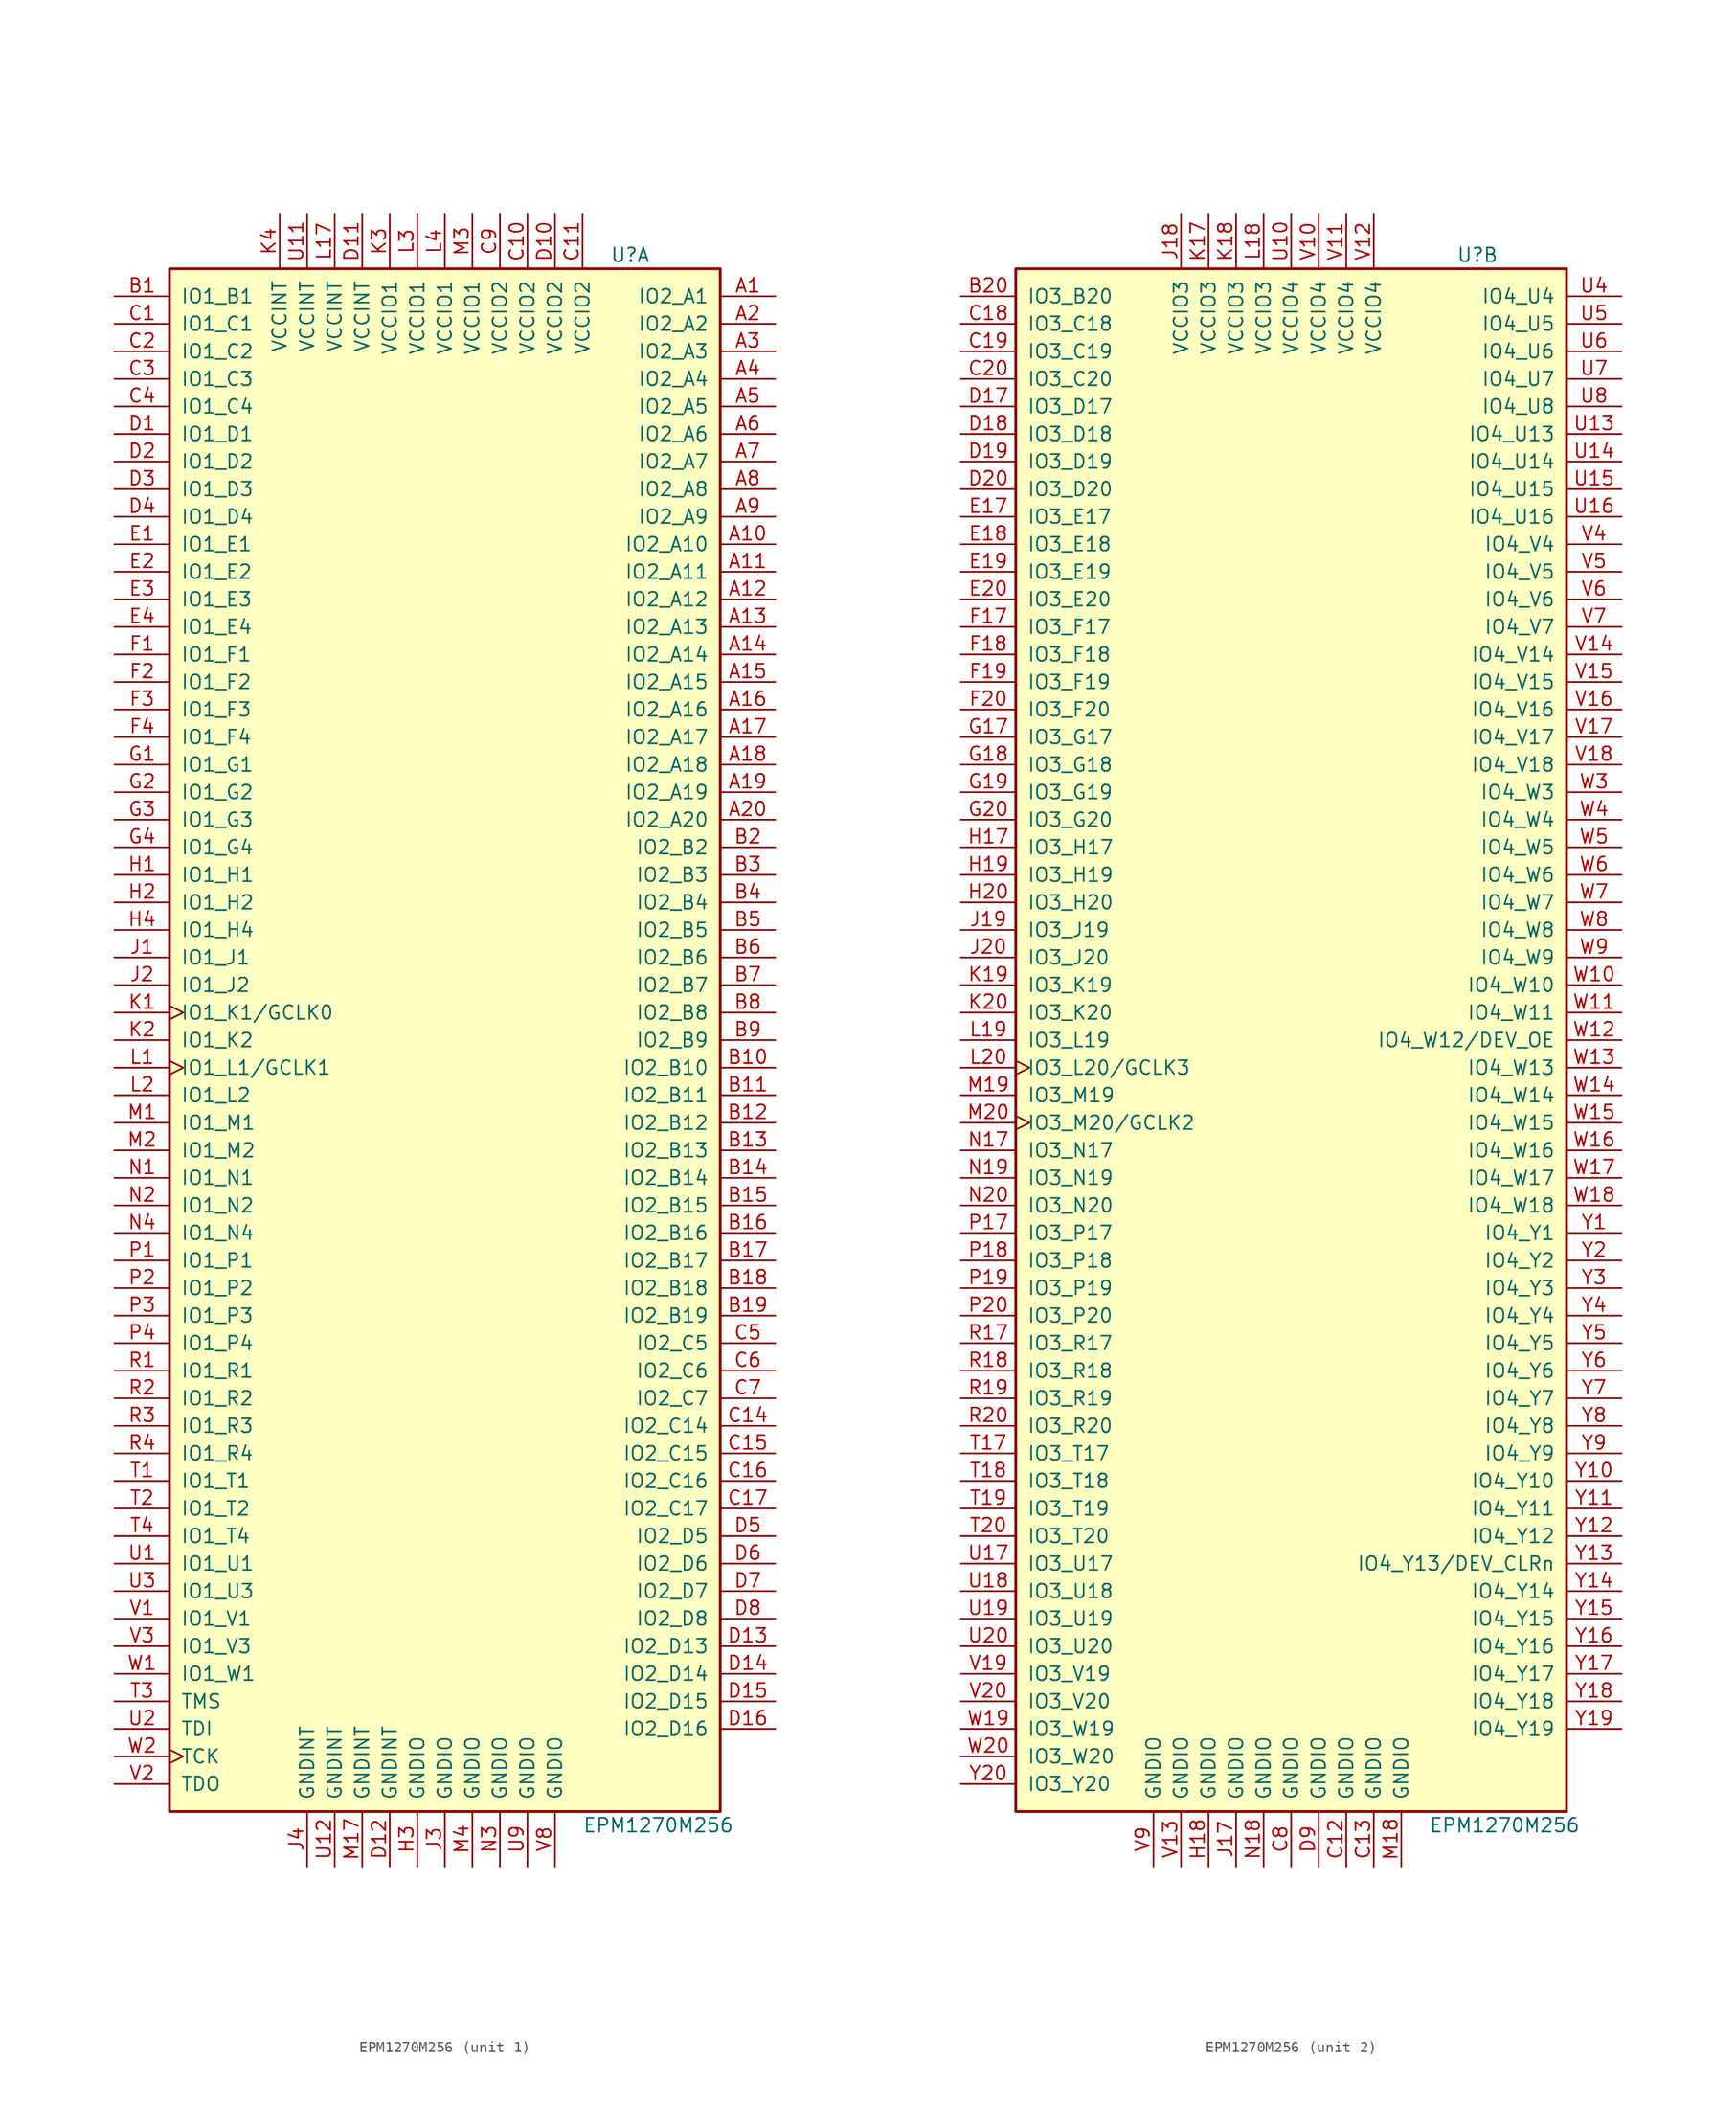
<source format=kicad_sym>
(kicad_symbol_lib
  (version 20201005)
  (generator kicad_symbol_editor)
  (symbol "EPM1270M256"
    (pin_names
      (offset 1.016))
    (property "Reference" "U"
      (at 15.24 72.39 0)
      (effects (font (size 1.27 1.27)) (justify left)))
    (property "Value" "EPM1270M256"
      (at 12.7 -72.39 0)
      (effects (font (size 1.27 1.27)) (justify left)))
    (property "ki_locked" ""
      (at 0 0 0)
      (effects (font (size 1.27 1.27))))
    (symbol "EPM1270M256_1_1"
      (rectangle (start -25.4 71.12) (end 25.4 -71.12) (stroke (width 0.254)) (fill (type background)))
      (pin bidirectional line (at 30.48 68.58 180) (length 5.08) (name "IO2_A1" (effects (font (size 1.27 1.27)))) (number "A1" (effects (font (size 1.27 1.27)))))
      (pin bidirectional line (at 30.48 66.04 180) (length 5.08) (name "IO2_A2" (effects (font (size 1.27 1.27)))) (number "A2" (effects (font (size 1.27 1.27)))))
      (pin bidirectional line (at 30.48 63.5 180) (length 5.08) (name "IO2_A3" (effects (font (size 1.27 1.27)))) (number "A3" (effects (font (size 1.27 1.27)))))
      (pin bidirectional line (at 30.48 60.96 180) (length 5.08) (name "IO2_A4" (effects (font (size 1.27 1.27)))) (number "A4" (effects (font (size 1.27 1.27)))))
      (pin bidirectional line (at 30.48 58.42 180) (length 5.08) (name "IO2_A5" (effects (font (size 1.27 1.27)))) (number "A5" (effects (font (size 1.27 1.27)))))
      (pin bidirectional line (at 30.48 55.88 180) (length 5.08) (name "IO2_A6" (effects (font (size 1.27 1.27)))) (number "A6" (effects (font (size 1.27 1.27)))))
      (pin bidirectional line (at 30.48 53.34 180) (length 5.08) (name "IO2_A7" (effects (font (size 1.27 1.27)))) (number "A7" (effects (font (size 1.27 1.27)))))
      (pin bidirectional line (at 30.48 50.8 180) (length 5.08) (name "IO2_A8" (effects (font (size 1.27 1.27)))) (number "A8" (effects (font (size 1.27 1.27)))))
      (pin bidirectional line (at 30.48 48.26 180) (length 5.08) (name "IO2_A9" (effects (font (size 1.27 1.27)))) (number "A9" (effects (font (size 1.27 1.27)))))
      (pin bidirectional line (at 30.48 45.72 180) (length 5.08) (name "IO2_A10" (effects (font (size 1.27 1.27)))) (number "A10" (effects (font (size 1.27 1.27)))))
      (pin bidirectional line (at 30.48 43.18 180) (length 5.08) (name "IO2_A11" (effects (font (size 1.27 1.27)))) (number "A11" (effects (font (size 1.27 1.27)))))
      (pin bidirectional line (at 30.48 40.64 180) (length 5.08) (name "IO2_A12" (effects (font (size 1.27 1.27)))) (number "A12" (effects (font (size 1.27 1.27)))))
      (pin bidirectional line (at 30.48 38.1 180) (length 5.08) (name "IO2_A13" (effects (font (size 1.27 1.27)))) (number "A13" (effects (font (size 1.27 1.27)))))
      (pin bidirectional line (at 30.48 35.56 180) (length 5.08) (name "IO2_A14" (effects (font (size 1.27 1.27)))) (number "A14" (effects (font (size 1.27 1.27)))))
      (pin bidirectional line (at 30.48 33.02 180) (length 5.08) (name "IO2_A15" (effects (font (size 1.27 1.27)))) (number "A15" (effects (font (size 1.27 1.27)))))
      (pin bidirectional line (at 30.48 30.48 180) (length 5.08) (name "IO2_A16" (effects (font (size 1.27 1.27)))) (number "A16" (effects (font (size 1.27 1.27)))))
      (pin bidirectional line (at 30.48 27.94 180) (length 5.08) (name "IO2_A17" (effects (font (size 1.27 1.27)))) (number "A17" (effects (font (size 1.27 1.27)))))
      (pin bidirectional line (at 30.48 25.4 180) (length 5.08) (name "IO2_A18" (effects (font (size 1.27 1.27)))) (number "A18" (effects (font (size 1.27 1.27)))))
      (pin bidirectional line (at 30.48 22.86 180) (length 5.08) (name "IO2_A19" (effects (font (size 1.27 1.27)))) (number "A19" (effects (font (size 1.27 1.27)))))
      (pin bidirectional line (at 30.48 20.32 180) (length 5.08) (name "IO2_A20" (effects (font (size 1.27 1.27)))) (number "A20" (effects (font (size 1.27 1.27)))))
      (pin bidirectional line (at -30.48 68.58 0) (length 5.08) (name "IO1_B1" (effects (font (size 1.27 1.27)))) (number "B1" (effects (font (size 1.27 1.27)))))
      (pin bidirectional line (at 30.48 17.78 180) (length 5.08) (name "IO2_B2" (effects (font (size 1.27 1.27)))) (number "B2" (effects (font (size 1.27 1.27)))))
      (pin bidirectional line (at 30.48 15.24 180) (length 5.08) (name "IO2_B3" (effects (font (size 1.27 1.27)))) (number "B3" (effects (font (size 1.27 1.27)))))
      (pin bidirectional line (at 30.48 12.7 180) (length 5.08) (name "IO2_B4" (effects (font (size 1.27 1.27)))) (number "B4" (effects (font (size 1.27 1.27)))))
      (pin bidirectional line (at 30.48 10.16 180) (length 5.08) (name "IO2_B5" (effects (font (size 1.27 1.27)))) (number "B5" (effects (font (size 1.27 1.27)))))
      (pin bidirectional line (at 30.48 7.62 180) (length 5.08) (name "IO2_B6" (effects (font (size 1.27 1.27)))) (number "B6" (effects (font (size 1.27 1.27)))))
      (pin bidirectional line (at 30.48 5.08 180) (length 5.08) (name "IO2_B7" (effects (font (size 1.27 1.27)))) (number "B7" (effects (font (size 1.27 1.27)))))
      (pin bidirectional line (at 30.48 2.54 180) (length 5.08) (name "IO2_B8" (effects (font (size 1.27 1.27)))) (number "B8" (effects (font (size 1.27 1.27)))))
      (pin bidirectional line (at 30.48 0 180) (length 5.08) (name "IO2_B9" (effects (font (size 1.27 1.27)))) (number "B9" (effects (font (size 1.27 1.27)))))
      (pin bidirectional line (at 30.48 -2.54 180) (length 5.08) (name "IO2_B10" (effects (font (size 1.27 1.27)))) (number "B10" (effects (font (size 1.27 1.27)))))
      (pin bidirectional line (at 30.48 -5.08 180) (length 5.08) (name "IO2_B11" (effects (font (size 1.27 1.27)))) (number "B11" (effects (font (size 1.27 1.27)))))
      (pin bidirectional line (at 30.48 -7.62 180) (length 5.08) (name "IO2_B12" (effects (font (size 1.27 1.27)))) (number "B12" (effects (font (size 1.27 1.27)))))
      (pin bidirectional line (at 30.48 -10.16 180) (length 5.08) (name "IO2_B13" (effects (font (size 1.27 1.27)))) (number "B13" (effects (font (size 1.27 1.27)))))
      (pin bidirectional line (at 30.48 -12.7 180) (length 5.08) (name "IO2_B14" (effects (font (size 1.27 1.27)))) (number "B14" (effects (font (size 1.27 1.27)))))
      (pin bidirectional line (at 30.48 -15.24 180) (length 5.08) (name "IO2_B15" (effects (font (size 1.27 1.27)))) (number "B15" (effects (font (size 1.27 1.27)))))
      (pin bidirectional line (at 30.48 -17.78 180) (length 5.08) (name "IO2_B16" (effects (font (size 1.27 1.27)))) (number "B16" (effects (font (size 1.27 1.27)))))
      (pin bidirectional line (at 30.48 -20.32 180) (length 5.08) (name "IO2_B17" (effects (font (size 1.27 1.27)))) (number "B17" (effects (font (size 1.27 1.27)))))
      (pin bidirectional line (at 30.48 -22.86 180) (length 5.08) (name "IO2_B18" (effects (font (size 1.27 1.27)))) (number "B18" (effects (font (size 1.27 1.27)))))
      (pin bidirectional line (at 30.48 -25.4 180) (length 5.08) (name "IO2_B19" (effects (font (size 1.27 1.27)))) (number "B19" (effects (font (size 1.27 1.27)))))
      (pin bidirectional line (at -30.48 66.04 0) (length 5.08) (name "IO1_C1" (effects (font (size 1.27 1.27)))) (number "C1" (effects (font (size 1.27 1.27)))))
      (pin bidirectional line (at -30.48 63.5 0) (length 5.08) (name "IO1_C2" (effects (font (size 1.27 1.27)))) (number "C2" (effects (font (size 1.27 1.27)))))
      (pin bidirectional line (at -30.48 60.96 0) (length 5.08) (name "IO1_C3" (effects (font (size 1.27 1.27)))) (number "C3" (effects (font (size 1.27 1.27)))))
      (pin bidirectional line (at -30.48 58.42 0) (length 5.08) (name "IO1_C4" (effects (font (size 1.27 1.27)))) (number "C4" (effects (font (size 1.27 1.27)))))
      (pin bidirectional line (at 30.48 -27.94 180) (length 5.08) (name "IO2_C5" (effects (font (size 1.27 1.27)))) (number "C5" (effects (font (size 1.27 1.27)))))
      (pin bidirectional line (at 30.48 -30.48 180) (length 5.08) (name "IO2_C6" (effects (font (size 1.27 1.27)))) (number "C6" (effects (font (size 1.27 1.27)))))
      (pin bidirectional line (at 30.48 -33.02 180) (length 5.08) (name "IO2_C7" (effects (font (size 1.27 1.27)))) (number "C7" (effects (font (size 1.27 1.27)))))
      (pin bidirectional line (at 30.48 -35.56 180) (length 5.08) (name "IO2_C14" (effects (font (size 1.27 1.27)))) (number "C14" (effects (font (size 1.27 1.27)))))
      (pin bidirectional line (at 30.48 -38.1 180) (length 5.08) (name "IO2_C15" (effects (font (size 1.27 1.27)))) (number "C15" (effects (font (size 1.27 1.27)))))
      (pin bidirectional line (at 30.48 -40.64 180) (length 5.08) (name "IO2_C16" (effects (font (size 1.27 1.27)))) (number "C16" (effects (font (size 1.27 1.27)))))
      (pin bidirectional line (at 30.48 -43.18 180) (length 5.08) (name "IO2_C17" (effects (font (size 1.27 1.27)))) (number "C17" (effects (font (size 1.27 1.27)))))
      (pin bidirectional line (at -30.48 55.88 0) (length 5.08) (name "IO1_D1" (effects (font (size 1.27 1.27)))) (number "D1" (effects (font (size 1.27 1.27)))))
      (pin bidirectional line (at -30.48 53.34 0) (length 5.08) (name "IO1_D2" (effects (font (size 1.27 1.27)))) (number "D2" (effects (font (size 1.27 1.27)))))
      (pin bidirectional line (at -30.48 50.8 0) (length 5.08) (name "IO1_D3" (effects (font (size 1.27 1.27)))) (number "D3" (effects (font (size 1.27 1.27)))))
      (pin bidirectional line (at -30.48 48.26 0) (length 5.08) (name "IO1_D4" (effects (font (size 1.27 1.27)))) (number "D4" (effects (font (size 1.27 1.27)))))
      (pin bidirectional line (at 30.48 -45.72 180) (length 5.08) (name "IO2_D5" (effects (font (size 1.27 1.27)))) (number "D5" (effects (font (size 1.27 1.27)))))
      (pin bidirectional line (at 30.48 -48.26 180) (length 5.08) (name "IO2_D6" (effects (font (size 1.27 1.27)))) (number "D6" (effects (font (size 1.27 1.27)))))
      (pin bidirectional line (at 30.48 -50.8 180) (length 5.08) (name "IO2_D7" (effects (font (size 1.27 1.27)))) (number "D7" (effects (font (size 1.27 1.27)))))
      (pin bidirectional line (at 30.48 -53.34 180) (length 5.08) (name "IO2_D8" (effects (font (size 1.27 1.27)))) (number "D8" (effects (font (size 1.27 1.27)))))
      (pin bidirectional line (at 30.48 -55.88 180) (length 5.08) (name "IO2_D13" (effects (font (size 1.27 1.27)))) (number "D13" (effects (font (size 1.27 1.27)))))
      (pin bidirectional line (at 30.48 -58.42 180) (length 5.08) (name "IO2_D14" (effects (font (size 1.27 1.27)))) (number "D14" (effects (font (size 1.27 1.27)))))
      (pin bidirectional line (at 30.48 -60.96 180) (length 5.08) (name "IO2_D15" (effects (font (size 1.27 1.27)))) (number "D15" (effects (font (size 1.27 1.27)))))
      (pin bidirectional line (at 30.48 -63.5 180) (length 5.08) (name "IO2_D16" (effects (font (size 1.27 1.27)))) (number "D16" (effects (font (size 1.27 1.27)))))
      (pin bidirectional line (at -30.48 45.72 0) (length 5.08) (name "IO1_E1" (effects (font (size 1.27 1.27)))) (number "E1" (effects (font (size 1.27 1.27)))))
      (pin bidirectional line (at -30.48 43.18 0) (length 5.08) (name "IO1_E2" (effects (font (size 1.27 1.27)))) (number "E2" (effects (font (size 1.27 1.27)))))
      (pin bidirectional line (at -30.48 40.64 0) (length 5.08) (name "IO1_E3" (effects (font (size 1.27 1.27)))) (number "E3" (effects (font (size 1.27 1.27)))))
      (pin bidirectional line (at -30.48 38.1 0) (length 5.08) (name "IO1_E4" (effects (font (size 1.27 1.27)))) (number "E4" (effects (font (size 1.27 1.27)))))
      (pin bidirectional line (at -30.48 35.56 0) (length 5.08) (name "IO1_F1" (effects (font (size 1.27 1.27)))) (number "F1" (effects (font (size 1.27 1.27)))))
      (pin bidirectional line (at -30.48 33.02 0) (length 5.08) (name "IO1_F2" (effects (font (size 1.27 1.27)))) (number "F2" (effects (font (size 1.27 1.27)))))
      (pin bidirectional line (at -30.48 30.48 0) (length 5.08) (name "IO1_F3" (effects (font (size 1.27 1.27)))) (number "F3" (effects (font (size 1.27 1.27)))))
      (pin bidirectional line (at -30.48 27.94 0) (length 5.08) (name "IO1_F4" (effects (font (size 1.27 1.27)))) (number "F4" (effects (font (size 1.27 1.27)))))
      (pin bidirectional line (at -30.48 25.4 0) (length 5.08) (name "IO1_G1" (effects (font (size 1.27 1.27)))) (number "G1" (effects (font (size 1.27 1.27)))))
      (pin bidirectional line (at -30.48 22.86 0) (length 5.08) (name "IO1_G2" (effects (font (size 1.27 1.27)))) (number "G2" (effects (font (size 1.27 1.27)))))
      (pin bidirectional line (at -30.48 20.32 0) (length 5.08) (name "IO1_G3" (effects (font (size 1.27 1.27)))) (number "G3" (effects (font (size 1.27 1.27)))))
      (pin bidirectional line (at -30.48 17.78 0) (length 5.08) (name "IO1_G4" (effects (font (size 1.27 1.27)))) (number "G4" (effects (font (size 1.27 1.27)))))
      (pin bidirectional line (at -30.48 15.24 0) (length 5.08) (name "IO1_H1" (effects (font (size 1.27 1.27)))) (number "H1" (effects (font (size 1.27 1.27)))))
      (pin bidirectional line (at -30.48 12.7 0) (length 5.08) (name "IO1_H2" (effects (font (size 1.27 1.27)))) (number "H2" (effects (font (size 1.27 1.27)))))
      (pin bidirectional line (at -30.48 10.16 0) (length 5.08) (name "IO1_H4" (effects (font (size 1.27 1.27)))) (number "H4" (effects (font (size 1.27 1.27)))))
      (pin bidirectional line (at -30.48 7.62 0) (length 5.08) (name "IO1_J1" (effects (font (size 1.27 1.27)))) (number "J1" (effects (font (size 1.27 1.27)))))
      (pin bidirectional line (at -30.48 5.08 0) (length 5.08) (name "IO1_J2" (effects (font (size 1.27 1.27)))) (number "J2" (effects (font (size 1.27 1.27)))))
      (pin bidirectional clock (at -30.48 2.54 0) (length 5.08) (name "IO1_K1/GCLK0" (effects (font (size 1.27 1.27)))) (number "K1" (effects (font (size 1.27 1.27)))))
      (pin bidirectional line (at -30.48 0 0) (length 5.08) (name "IO1_K2" (effects (font (size 1.27 1.27)))) (number "K2" (effects (font (size 1.27 1.27)))))
      (pin bidirectional clock (at -30.48 -2.54 0) (length 5.08) (name "IO1_L1/GCLK1" (effects (font (size 1.27 1.27)))) (number "L1" (effects (font (size 1.27 1.27)))))
      (pin bidirectional line (at -30.48 -5.08 0) (length 5.08) (name "IO1_L2" (effects (font (size 1.27 1.27)))) (number "L2" (effects (font (size 1.27 1.27)))))
      (pin bidirectional line (at -30.48 -7.62 0) (length 5.08) (name "IO1_M1" (effects (font (size 1.27 1.27)))) (number "M1" (effects (font (size 1.27 1.27)))))
      (pin bidirectional line (at -30.48 -10.16 0) (length 5.08) (name "IO1_M2" (effects (font (size 1.27 1.27)))) (number "M2" (effects (font (size 1.27 1.27)))))
      (pin bidirectional line (at -30.48 -12.7 0) (length 5.08) (name "IO1_N1" (effects (font (size 1.27 1.27)))) (number "N1" (effects (font (size 1.27 1.27)))))
      (pin bidirectional line (at -30.48 -15.24 0) (length 5.08) (name "IO1_N2" (effects (font (size 1.27 1.27)))) (number "N2" (effects (font (size 1.27 1.27)))))
      (pin bidirectional line (at -30.48 -17.78 0) (length 5.08) (name "IO1_N4" (effects (font (size 1.27 1.27)))) (number "N4" (effects (font (size 1.27 1.27)))))
      (pin bidirectional line (at -30.48 -20.32 0) (length 5.08) (name "IO1_P1" (effects (font (size 1.27 1.27)))) (number "P1" (effects (font (size 1.27 1.27)))))
      (pin bidirectional line (at -30.48 -22.86 0) (length 5.08) (name "IO1_P2" (effects (font (size 1.27 1.27)))) (number "P2" (effects (font (size 1.27 1.27)))))
      (pin bidirectional line (at -30.48 -25.4 0) (length 5.08) (name "IO1_P3" (effects (font (size 1.27 1.27)))) (number "P3" (effects (font (size 1.27 1.27)))))
      (pin bidirectional line (at -30.48 -27.94 0) (length 5.08) (name "IO1_P4" (effects (font (size 1.27 1.27)))) (number "P4" (effects (font (size 1.27 1.27)))))
      (pin bidirectional line (at -30.48 -30.48 0) (length 5.08) (name "IO1_R1" (effects (font (size 1.27 1.27)))) (number "R1" (effects (font (size 1.27 1.27)))))
      (pin bidirectional line (at -30.48 -33.02 0) (length 5.08) (name "IO1_R2" (effects (font (size 1.27 1.27)))) (number "R2" (effects (font (size 1.27 1.27)))))
      (pin bidirectional line (at -30.48 -35.56 0) (length 5.08) (name "IO1_R3" (effects (font (size 1.27 1.27)))) (number "R3" (effects (font (size 1.27 1.27)))))
      (pin bidirectional line (at -30.48 -38.1 0) (length 5.08) (name "IO1_R4" (effects (font (size 1.27 1.27)))) (number "R4" (effects (font (size 1.27 1.27)))))
      (pin bidirectional line (at -30.48 -40.64 0) (length 5.08) (name "IO1_T1" (effects (font (size 1.27 1.27)))) (number "T1" (effects (font (size 1.27 1.27)))))
      (pin bidirectional line (at -30.48 -43.18 0) (length 5.08) (name "IO1_T2" (effects (font (size 1.27 1.27)))) (number "T2" (effects (font (size 1.27 1.27)))))
      (pin bidirectional line (at -30.48 -45.72 0) (length 5.08) (name "IO1_T4" (effects (font (size 1.27 1.27)))) (number "T4" (effects (font (size 1.27 1.27)))))
      (pin bidirectional line (at -30.48 -48.26 0) (length 5.08) (name "IO1_U1" (effects (font (size 1.27 1.27)))) (number "U1" (effects (font (size 1.27 1.27)))))
      (pin bidirectional line (at -30.48 -50.8 0) (length 5.08) (name "IO1_U3" (effects (font (size 1.27 1.27)))) (number "U3" (effects (font (size 1.27 1.27)))))
      (pin bidirectional line (at -30.48 -53.34 0) (length 5.08) (name "IO1_V1" (effects (font (size 1.27 1.27)))) (number "V1" (effects (font (size 1.27 1.27)))))
      (pin bidirectional line (at -30.48 -55.88 0) (length 5.08) (name "IO1_V3" (effects (font (size 1.27 1.27)))) (number "V3" (effects (font (size 1.27 1.27)))))
      (pin bidirectional line (at -30.48 -58.42 0) (length 5.08) (name "IO1_W1" (effects (font (size 1.27 1.27)))) (number "W1" (effects (font (size 1.27 1.27)))))
      (pin input line (at -30.48 -60.96 0) (length 5.08) (name "TMS" (effects (font (size 1.27 1.27)))) (number "T3" (effects (font (size 1.27 1.27)))))
      (pin input line (at -30.48 -63.5 0) (length 5.08) (name "TDI" (effects (font (size 1.27 1.27)))) (number "U2" (effects (font (size 1.27 1.27)))))
      (pin input clock (at -30.48 -66.04 0) (length 5.08) (name "TCK" (effects (font (size 1.27 1.27)))) (number "W2" (effects (font (size 1.27 1.27)))))
      (pin output line (at -30.48 -68.58 0) (length 5.08) (name "TDO" (effects (font (size 1.27 1.27)))) (number "V2" (effects (font (size 1.27 1.27)))))
      (pin power_in line (at -12.7 -76.2 90) (length 5.08) (name "GNDINT" (effects (font (size 1.27 1.27)))) (number "J4" (effects (font (size 1.27 1.27)))))
      (pin power_in line (at -10.16 -76.2 90) (length 5.08) (name "GNDINT" (effects (font (size 1.27 1.27)))) (number "U12" (effects (font (size 1.27 1.27)))))
      (pin power_in line (at -7.62 -76.2 90) (length 5.08) (name "GNDINT" (effects (font (size 1.27 1.27)))) (number "M17" (effects (font (size 1.27 1.27)))))
      (pin power_in line (at -5.08 -76.2 90) (length 5.08) (name "GNDINT" (effects (font (size 1.27 1.27)))) (number "D12" (effects (font (size 1.27 1.27)))))
      (pin power_in line (at -2.54 -76.2 90) (length 5.08) (name "GNDIO" (effects (font (size 1.27 1.27)))) (number "H3" (effects (font (size 1.27 1.27)))))
      (pin power_in line (at 0 -76.2 90) (length 5.08) (name "GNDIO" (effects (font (size 1.27 1.27)))) (number "J3" (effects (font (size 1.27 1.27)))))
      (pin power_in line (at 2.54 -76.2 90) (length 5.08) (name "GNDIO" (effects (font (size 1.27 1.27)))) (number "M4" (effects (font (size 1.27 1.27)))))
      (pin power_in line (at 5.08 -76.2 90) (length 5.08) (name "GNDIO" (effects (font (size 1.27 1.27)))) (number "N3" (effects (font (size 1.27 1.27)))))
      (pin power_in line (at 7.62 -76.2 90) (length 5.08) (name "GNDIO" (effects (font (size 1.27 1.27)))) (number "U9" (effects (font (size 1.27 1.27)))))
      (pin power_in line (at 10.16 -76.2 90) (length 5.08) (name "GNDIO" (effects (font (size 1.27 1.27)))) (number "V8" (effects (font (size 1.27 1.27)))))
      (pin power_in line (at -15.24 76.2 270) (length 5.08) (name "VCCINT" (effects (font (size 1.27 1.27)))) (number "K4" (effects (font (size 1.27 1.27)))))
      (pin power_in line (at -12.7 76.2 270) (length 5.08) (name "VCCINT" (effects (font (size 1.27 1.27)))) (number "U11" (effects (font (size 1.27 1.27)))))
      (pin power_in line (at -10.16 76.2 270) (length 5.08) (name "VCCINT" (effects (font (size 1.27 1.27)))) (number "L17" (effects (font (size 1.27 1.27)))))
      (pin power_in line (at -7.62 76.2 270) (length 5.08) (name "VCCINT" (effects (font (size 1.27 1.27)))) (number "D11" (effects (font (size 1.27 1.27)))))
      (pin power_in line (at -5.08 76.2 270) (length 5.08) (name "VCCIO1" (effects (font (size 1.27 1.27)))) (number "K3" (effects (font (size 1.27 1.27)))))
      (pin power_in line (at -2.54 76.2 270) (length 5.08) (name "VCCIO1" (effects (font (size 1.27 1.27)))) (number "L3" (effects (font (size 1.27 1.27)))))
      (pin power_in line (at 0 76.2 270) (length 5.08) (name "VCCIO1" (effects (font (size 1.27 1.27)))) (number "L4" (effects (font (size 1.27 1.27)))))
      (pin power_in line (at 2.54 76.2 270) (length 5.08) (name "VCCIO1" (effects (font (size 1.27 1.27)))) (number "M3" (effects (font (size 1.27 1.27)))))
      (pin power_in line (at 5.08 76.2 270) (length 5.08) (name "VCCIO2" (effects (font (size 1.27 1.27)))) (number "C9" (effects (font (size 1.27 1.27)))))
      (pin power_in line (at 7.62 76.2 270) (length 5.08) (name "VCCIO2" (effects (font (size 1.27 1.27)))) (number "C10" (effects (font (size 1.27 1.27)))))
      (pin power_in line (at 10.16 76.2 270) (length 5.08) (name "VCCIO2" (effects (font (size 1.27 1.27)))) (number "D10" (effects (font (size 1.27 1.27)))))
      (pin power_in line (at 12.7 76.2 270) (length 5.08) (name "VCCIO2" (effects (font (size 1.27 1.27)))) (number "C11" (effects (font (size 1.27 1.27))))))
    (symbol "EPM1270M256_2_1"
      (rectangle (start -25.4 71.12) (end 25.4 -71.12) (stroke (width 0.254)) (fill (type background)))
      (pin bidirectional line (at -30.48 68.58 0) (length 5.08) (name "IO3_B20" (effects (font (size 1.27 1.27)))) (number "B20" (effects (font (size 1.27 1.27)))))
      (pin bidirectional line (at -30.48 66.04 0) (length 5.08) (name "IO3_C18" (effects (font (size 1.27 1.27)))) (number "C18" (effects (font (size 1.27 1.27)))))
      (pin bidirectional line (at -30.48 63.5 0) (length 5.08) (name "IO3_C19" (effects (font (size 1.27 1.27)))) (number "C19" (effects (font (size 1.27 1.27)))))
      (pin bidirectional line (at -30.48 60.96 0) (length 5.08) (name "IO3_C20" (effects (font (size 1.27 1.27)))) (number "C20" (effects (font (size 1.27 1.27)))))
      (pin bidirectional line (at -30.48 58.42 0) (length 5.08) (name "IO3_D17" (effects (font (size 1.27 1.27)))) (number "D17" (effects (font (size 1.27 1.27)))))
      (pin bidirectional line (at -30.48 55.88 0) (length 5.08) (name "IO3_D18" (effects (font (size 1.27 1.27)))) (number "D18" (effects (font (size 1.27 1.27)))))
      (pin bidirectional line (at -30.48 53.34 0) (length 5.08) (name "IO3_D19" (effects (font (size 1.27 1.27)))) (number "D19" (effects (font (size 1.27 1.27)))))
      (pin bidirectional line (at -30.48 50.8 0) (length 5.08) (name "IO3_D20" (effects (font (size 1.27 1.27)))) (number "D20" (effects (font (size 1.27 1.27)))))
      (pin bidirectional line (at -30.48 48.26 0) (length 5.08) (name "IO3_E17" (effects (font (size 1.27 1.27)))) (number "E17" (effects (font (size 1.27 1.27)))))
      (pin bidirectional line (at -30.48 45.72 0) (length 5.08) (name "IO3_E18" (effects (font (size 1.27 1.27)))) (number "E18" (effects (font (size 1.27 1.27)))))
      (pin bidirectional line (at -30.48 43.18 0) (length 5.08) (name "IO3_E19" (effects (font (size 1.27 1.27)))) (number "E19" (effects (font (size 1.27 1.27)))))
      (pin bidirectional line (at -30.48 40.64 0) (length 5.08) (name "IO3_E20" (effects (font (size 1.27 1.27)))) (number "E20" (effects (font (size 1.27 1.27)))))
      (pin bidirectional line (at -30.48 38.1 0) (length 5.08) (name "IO3_F17" (effects (font (size 1.27 1.27)))) (number "F17" (effects (font (size 1.27 1.27)))))
      (pin bidirectional line (at -30.48 35.56 0) (length 5.08) (name "IO3_F18" (effects (font (size 1.27 1.27)))) (number "F18" (effects (font (size 1.27 1.27)))))
      (pin bidirectional line (at -30.48 33.02 0) (length 5.08) (name "IO3_F19" (effects (font (size 1.27 1.27)))) (number "F19" (effects (font (size 1.27 1.27)))))
      (pin bidirectional line (at -30.48 30.48 0) (length 5.08) (name "IO3_F20" (effects (font (size 1.27 1.27)))) (number "F20" (effects (font (size 1.27 1.27)))))
      (pin bidirectional line (at -30.48 27.94 0) (length 5.08) (name "IO3_G17" (effects (font (size 1.27 1.27)))) (number "G17" (effects (font (size 1.27 1.27)))))
      (pin bidirectional line (at -30.48 25.4 0) (length 5.08) (name "IO3_G18" (effects (font (size 1.27 1.27)))) (number "G18" (effects (font (size 1.27 1.27)))))
      (pin bidirectional line (at -30.48 22.86 0) (length 5.08) (name "IO3_G19" (effects (font (size 1.27 1.27)))) (number "G19" (effects (font (size 1.27 1.27)))))
      (pin bidirectional line (at -30.48 20.32 0) (length 5.08) (name "IO3_G20" (effects (font (size 1.27 1.27)))) (number "G20" (effects (font (size 1.27 1.27)))))
      (pin bidirectional line (at -30.48 17.78 0) (length 5.08) (name "IO3_H17" (effects (font (size 1.27 1.27)))) (number "H17" (effects (font (size 1.27 1.27)))))
      (pin bidirectional line (at -30.48 15.24 0) (length 5.08) (name "IO3_H19" (effects (font (size 1.27 1.27)))) (number "H19" (effects (font (size 1.27 1.27)))))
      (pin bidirectional line (at -30.48 12.7 0) (length 5.08) (name "IO3_H20" (effects (font (size 1.27 1.27)))) (number "H20" (effects (font (size 1.27 1.27)))))
      (pin bidirectional line (at -30.48 10.16 0) (length 5.08) (name "IO3_J19" (effects (font (size 1.27 1.27)))) (number "J19" (effects (font (size 1.27 1.27)))))
      (pin bidirectional line (at -30.48 7.62 0) (length 5.08) (name "IO3_J20" (effects (font (size 1.27 1.27)))) (number "J20" (effects (font (size 1.27 1.27)))))
      (pin bidirectional line (at -30.48 5.08 0) (length 5.08) (name "IO3_K19" (effects (font (size 1.27 1.27)))) (number "K19" (effects (font (size 1.27 1.27)))))
      (pin bidirectional line (at -30.48 2.54 0) (length 5.08) (name "IO3_K20" (effects (font (size 1.27 1.27)))) (number "K20" (effects (font (size 1.27 1.27)))))
      (pin bidirectional line (at -30.48 0 0) (length 5.08) (name "IO3_L19" (effects (font (size 1.27 1.27)))) (number "L19" (effects (font (size 1.27 1.27)))))
      (pin bidirectional clock (at -30.48 -2.54 0) (length 5.08) (name "IO3_L20/GCLK3" (effects (font (size 1.27 1.27)))) (number "L20" (effects (font (size 1.27 1.27)))))
      (pin bidirectional line (at -30.48 -5.08 0) (length 5.08) (name "IO3_M19" (effects (font (size 1.27 1.27)))) (number "M19" (effects (font (size 1.27 1.27)))))
      (pin bidirectional clock (at -30.48 -7.62 0) (length 5.08) (name "IO3_M20/GCLK2" (effects (font (size 1.27 1.27)))) (number "M20" (effects (font (size 1.27 1.27)))))
      (pin bidirectional line (at -30.48 -10.16 0) (length 5.08) (name "IO3_N17" (effects (font (size 1.27 1.27)))) (number "N17" (effects (font (size 1.27 1.27)))))
      (pin bidirectional line (at -30.48 -12.7 0) (length 5.08) (name "IO3_N19" (effects (font (size 1.27 1.27)))) (number "N19" (effects (font (size 1.27 1.27)))))
      (pin bidirectional line (at -30.48 -15.24 0) (length 5.08) (name "IO3_N20" (effects (font (size 1.27 1.27)))) (number "N20" (effects (font (size 1.27 1.27)))))
      (pin bidirectional line (at -30.48 -17.78 0) (length 5.08) (name "IO3_P17" (effects (font (size 1.27 1.27)))) (number "P17" (effects (font (size 1.27 1.27)))))
      (pin bidirectional line (at -30.48 -20.32 0) (length 5.08) (name "IO3_P18" (effects (font (size 1.27 1.27)))) (number "P18" (effects (font (size 1.27 1.27)))))
      (pin bidirectional line (at -30.48 -22.86 0) (length 5.08) (name "IO3_P19" (effects (font (size 1.27 1.27)))) (number "P19" (effects (font (size 1.27 1.27)))))
      (pin bidirectional line (at -30.48 -25.4 0) (length 5.08) (name "IO3_P20" (effects (font (size 1.27 1.27)))) (number "P20" (effects (font (size 1.27 1.27)))))
      (pin bidirectional line (at -30.48 -27.94 0) (length 5.08) (name "IO3_R17" (effects (font (size 1.27 1.27)))) (number "R17" (effects (font (size 1.27 1.27)))))
      (pin bidirectional line (at -30.48 -30.48 0) (length 5.08) (name "IO3_R18" (effects (font (size 1.27 1.27)))) (number "R18" (effects (font (size 1.27 1.27)))))
      (pin bidirectional line (at -30.48 -33.02 0) (length 5.08) (name "IO3_R19" (effects (font (size 1.27 1.27)))) (number "R19" (effects (font (size 1.27 1.27)))))
      (pin bidirectional line (at -30.48 -35.56 0) (length 5.08) (name "IO3_R20" (effects (font (size 1.27 1.27)))) (number "R20" (effects (font (size 1.27 1.27)))))
      (pin bidirectional line (at -30.48 -38.1 0) (length 5.08) (name "IO3_T17" (effects (font (size 1.27 1.27)))) (number "T17" (effects (font (size 1.27 1.27)))))
      (pin bidirectional line (at -30.48 -40.64 0) (length 5.08) (name "IO3_T18" (effects (font (size 1.27 1.27)))) (number "T18" (effects (font (size 1.27 1.27)))))
      (pin bidirectional line (at -30.48 -43.18 0) (length 5.08) (name "IO3_T19" (effects (font (size 1.27 1.27)))) (number "T19" (effects (font (size 1.27 1.27)))))
      (pin bidirectional line (at -30.48 -45.72 0) (length 5.08) (name "IO3_T20" (effects (font (size 1.27 1.27)))) (number "T20" (effects (font (size 1.27 1.27)))))
      (pin bidirectional line (at 30.48 68.58 180) (length 5.08) (name "IO4_U4" (effects (font (size 1.27 1.27)))) (number "U4" (effects (font (size 1.27 1.27)))))
      (pin bidirectional line (at 30.48 66.04 180) (length 5.08) (name "IO4_U5" (effects (font (size 1.27 1.27)))) (number "U5" (effects (font (size 1.27 1.27)))))
      (pin bidirectional line (at 30.48 63.5 180) (length 5.08) (name "IO4_U6" (effects (font (size 1.27 1.27)))) (number "U6" (effects (font (size 1.27 1.27)))))
      (pin bidirectional line (at 30.48 60.96 180) (length 5.08) (name "IO4_U7" (effects (font (size 1.27 1.27)))) (number "U7" (effects (font (size 1.27 1.27)))))
      (pin bidirectional line (at 30.48 58.42 180) (length 5.08) (name "IO4_U8" (effects (font (size 1.27 1.27)))) (number "U8" (effects (font (size 1.27 1.27)))))
      (pin bidirectional line (at 30.48 55.88 180) (length 5.08) (name "IO4_U13" (effects (font (size 1.27 1.27)))) (number "U13" (effects (font (size 1.27 1.27)))))
      (pin bidirectional line (at 30.48 53.34 180) (length 5.08) (name "IO4_U14" (effects (font (size 1.27 1.27)))) (number "U14" (effects (font (size 1.27 1.27)))))
      (pin bidirectional line (at 30.48 50.8 180) (length 5.08) (name "IO4_U15" (effects (font (size 1.27 1.27)))) (number "U15" (effects (font (size 1.27 1.27)))))
      (pin bidirectional line (at 30.48 48.26 180) (length 5.08) (name "IO4_U16" (effects (font (size 1.27 1.27)))) (number "U16" (effects (font (size 1.27 1.27)))))
      (pin bidirectional line (at -30.48 -48.26 0) (length 5.08) (name "IO3_U17" (effects (font (size 1.27 1.27)))) (number "U17" (effects (font (size 1.27 1.27)))))
      (pin bidirectional line (at -30.48 -50.8 0) (length 5.08) (name "IO3_U18" (effects (font (size 1.27 1.27)))) (number "U18" (effects (font (size 1.27 1.27)))))
      (pin bidirectional line (at -30.48 -53.34 0) (length 5.08) (name "IO3_U19" (effects (font (size 1.27 1.27)))) (number "U19" (effects (font (size 1.27 1.27)))))
      (pin bidirectional line (at -30.48 -55.88 0) (length 5.08) (name "IO3_U20" (effects (font (size 1.27 1.27)))) (number "U20" (effects (font (size 1.27 1.27)))))
      (pin bidirectional line (at 30.48 45.72 180) (length 5.08) (name "IO4_V4" (effects (font (size 1.27 1.27)))) (number "V4" (effects (font (size 1.27 1.27)))))
      (pin bidirectional line (at 30.48 43.18 180) (length 5.08) (name "IO4_V5" (effects (font (size 1.27 1.27)))) (number "V5" (effects (font (size 1.27 1.27)))))
      (pin bidirectional line (at 30.48 40.64 180) (length 5.08) (name "IO4_V6" (effects (font (size 1.27 1.27)))) (number "V6" (effects (font (size 1.27 1.27)))))
      (pin bidirectional line (at 30.48 38.1 180) (length 5.08) (name "IO4_V7" (effects (font (size 1.27 1.27)))) (number "V7" (effects (font (size 1.27 1.27)))))
      (pin bidirectional line (at 30.48 35.56 180) (length 5.08) (name "IO4_V14" (effects (font (size 1.27 1.27)))) (number "V14" (effects (font (size 1.27 1.27)))))
      (pin bidirectional line (at 30.48 33.02 180) (length 5.08) (name "IO4_V15" (effects (font (size 1.27 1.27)))) (number "V15" (effects (font (size 1.27 1.27)))))
      (pin bidirectional line (at 30.48 30.48 180) (length 5.08) (name "IO4_V16" (effects (font (size 1.27 1.27)))) (number "V16" (effects (font (size 1.27 1.27)))))
      (pin bidirectional line (at 30.48 27.94 180) (length 5.08) (name "IO4_V17" (effects (font (size 1.27 1.27)))) (number "V17" (effects (font (size 1.27 1.27)))))
      (pin bidirectional line (at 30.48 25.4 180) (length 5.08) (name "IO4_V18" (effects (font (size 1.27 1.27)))) (number "V18" (effects (font (size 1.27 1.27)))))
      (pin bidirectional line (at -30.48 -58.42 0) (length 5.08) (name "IO3_V19" (effects (font (size 1.27 1.27)))) (number "V19" (effects (font (size 1.27 1.27)))))
      (pin bidirectional line (at -30.48 -60.96 0) (length 5.08) (name "IO3_V20" (effects (font (size 1.27 1.27)))) (number "V20" (effects (font (size 1.27 1.27)))))
      (pin bidirectional line (at 30.48 22.86 180) (length 5.08) (name "IO4_W3" (effects (font (size 1.27 1.27)))) (number "W3" (effects (font (size 1.27 1.27)))))
      (pin bidirectional line (at 30.48 20.32 180) (length 5.08) (name "IO4_W4" (effects (font (size 1.27 1.27)))) (number "W4" (effects (font (size 1.27 1.27)))))
      (pin bidirectional line (at 30.48 17.78 180) (length 5.08) (name "IO4_W5" (effects (font (size 1.27 1.27)))) (number "W5" (effects (font (size 1.27 1.27)))))
      (pin bidirectional line (at 30.48 15.24 180) (length 5.08) (name "IO4_W6" (effects (font (size 1.27 1.27)))) (number "W6" (effects (font (size 1.27 1.27)))))
      (pin bidirectional line (at 30.48 12.7 180) (length 5.08) (name "IO4_W7" (effects (font (size 1.27 1.27)))) (number "W7" (effects (font (size 1.27 1.27)))))
      (pin bidirectional line (at 30.48 10.16 180) (length 5.08) (name "IO4_W8" (effects (font (size 1.27 1.27)))) (number "W8" (effects (font (size 1.27 1.27)))))
      (pin bidirectional line (at 30.48 7.62 180) (length 5.08) (name "IO4_W9" (effects (font (size 1.27 1.27)))) (number "W9" (effects (font (size 1.27 1.27)))))
      (pin bidirectional line (at 30.48 5.08 180) (length 5.08) (name "IO4_W10" (effects (font (size 1.27 1.27)))) (number "W10" (effects (font (size 1.27 1.27)))))
      (pin bidirectional line (at 30.48 2.54 180) (length 5.08) (name "IO4_W11" (effects (font (size 1.27 1.27)))) (number "W11" (effects (font (size 1.27 1.27)))))
      (pin bidirectional line (at 30.48 0 180) (length 5.08) (name "IO4_W12/DEV_OE" (effects (font (size 1.27 1.27)))) (number "W12" (effects (font (size 1.27 1.27)))))
      (pin bidirectional line (at 30.48 -2.54 180) (length 5.08) (name "IO4_W13" (effects (font (size 1.27 1.27)))) (number "W13" (effects (font (size 1.27 1.27)))))
      (pin bidirectional line (at 30.48 -5.08 180) (length 5.08) (name "IO4_W14" (effects (font (size 1.27 1.27)))) (number "W14" (effects (font (size 1.27 1.27)))))
      (pin bidirectional line (at 30.48 -7.62 180) (length 5.08) (name "IO4_W15" (effects (font (size 1.27 1.27)))) (number "W15" (effects (font (size 1.27 1.27)))))
      (pin bidirectional line (at 30.48 -10.16 180) (length 5.08) (name "IO4_W16" (effects (font (size 1.27 1.27)))) (number "W16" (effects (font (size 1.27 1.27)))))
      (pin bidirectional line (at 30.48 -12.7 180) (length 5.08) (name "IO4_W17" (effects (font (size 1.27 1.27)))) (number "W17" (effects (font (size 1.27 1.27)))))
      (pin bidirectional line (at 30.48 -15.24 180) (length 5.08) (name "IO4_W18" (effects (font (size 1.27 1.27)))) (number "W18" (effects (font (size 1.27 1.27)))))
      (pin bidirectional line (at -30.48 -63.5 0) (length 5.08) (name "IO3_W19" (effects (font (size 1.27 1.27)))) (number "W19" (effects (font (size 1.27 1.27)))))
      (pin bidirectional line (at -30.48 -66.04 0) (length 5.08) (name "IO3_W20" (effects (font (size 1.27 1.27)))) (number "W20" (effects (font (size 1.27 1.27)))))
      (pin bidirectional line (at 30.48 -17.78 180) (length 5.08) (name "IO4_Y1" (effects (font (size 1.27 1.27)))) (number "Y1" (effects (font (size 1.27 1.27)))))
      (pin bidirectional line (at 30.48 -20.32 180) (length 5.08) (name "IO4_Y2" (effects (font (size 1.27 1.27)))) (number "Y2" (effects (font (size 1.27 1.27)))))
      (pin bidirectional line (at 30.48 -22.86 180) (length 5.08) (name "IO4_Y3" (effects (font (size 1.27 1.27)))) (number "Y3" (effects (font (size 1.27 1.27)))))
      (pin bidirectional line (at 30.48 -25.4 180) (length 5.08) (name "IO4_Y4" (effects (font (size 1.27 1.27)))) (number "Y4" (effects (font (size 1.27 1.27)))))
      (pin bidirectional line (at 30.48 -27.94 180) (length 5.08) (name "IO4_Y5" (effects (font (size 1.27 1.27)))) (number "Y5" (effects (font (size 1.27 1.27)))))
      (pin bidirectional line (at 30.48 -30.48 180) (length 5.08) (name "IO4_Y6" (effects (font (size 1.27 1.27)))) (number "Y6" (effects (font (size 1.27 1.27)))))
      (pin bidirectional line (at 30.48 -33.02 180) (length 5.08) (name "IO4_Y7" (effects (font (size 1.27 1.27)))) (number "Y7" (effects (font (size 1.27 1.27)))))
      (pin bidirectional line (at 30.48 -35.56 180) (length 5.08) (name "IO4_Y8" (effects (font (size 1.27 1.27)))) (number "Y8" (effects (font (size 1.27 1.27)))))
      (pin bidirectional line (at 30.48 -38.1 180) (length 5.08) (name "IO4_Y9" (effects (font (size 1.27 1.27)))) (number "Y9" (effects (font (size 1.27 1.27)))))
      (pin bidirectional line (at 30.48 -40.64 180) (length 5.08) (name "IO4_Y10" (effects (font (size 1.27 1.27)))) (number "Y10" (effects (font (size 1.27 1.27)))))
      (pin bidirectional line (at 30.48 -43.18 180) (length 5.08) (name "IO4_Y11" (effects (font (size 1.27 1.27)))) (number "Y11" (effects (font (size 1.27 1.27)))))
      (pin bidirectional line (at 30.48 -45.72 180) (length 5.08) (name "IO4_Y12" (effects (font (size 1.27 1.27)))) (number "Y12" (effects (font (size 1.27 1.27)))))
      (pin bidirectional line (at 30.48 -48.26 180) (length 5.08) (name "IO4_Y13/DEV_CLRn" (effects (font (size 1.27 1.27)))) (number "Y13" (effects (font (size 1.27 1.27)))))
      (pin bidirectional line (at 30.48 -50.8 180) (length 5.08) (name "IO4_Y14" (effects (font (size 1.27 1.27)))) (number "Y14" (effects (font (size 1.27 1.27)))))
      (pin bidirectional line (at 30.48 -53.34 180) (length 5.08) (name "IO4_Y15" (effects (font (size 1.27 1.27)))) (number "Y15" (effects (font (size 1.27 1.27)))))
      (pin bidirectional line (at 30.48 -55.88 180) (length 5.08) (name "IO4_Y16" (effects (font (size 1.27 1.27)))) (number "Y16" (effects (font (size 1.27 1.27)))))
      (pin bidirectional line (at 30.48 -58.42 180) (length 5.08) (name "IO4_Y17" (effects (font (size 1.27 1.27)))) (number "Y17" (effects (font (size 1.27 1.27)))))
      (pin bidirectional line (at 30.48 -60.96 180) (length 5.08) (name "IO4_Y18" (effects (font (size 1.27 1.27)))) (number "Y18" (effects (font (size 1.27 1.27)))))
      (pin bidirectional line (at 30.48 -63.5 180) (length 5.08) (name "IO4_Y19" (effects (font (size 1.27 1.27)))) (number "Y19" (effects (font (size 1.27 1.27)))))
      (pin bidirectional line (at -30.48 -68.58 0) (length 5.08) (name "IO3_Y20" (effects (font (size 1.27 1.27)))) (number "Y20" (effects (font (size 1.27 1.27)))))
      (pin power_in line (at -12.7 -76.2 90) (length 5.08) (name "GNDIO" (effects (font (size 1.27 1.27)))) (number "V9" (effects (font (size 1.27 1.27)))))
      (pin power_in line (at -10.16 -76.2 90) (length 5.08) (name "GNDIO" (effects (font (size 1.27 1.27)))) (number "V13" (effects (font (size 1.27 1.27)))))
      (pin power_in line (at -7.62 -76.2 90) (length 5.08) (name "GNDIO" (effects (font (size 1.27 1.27)))) (number "H18" (effects (font (size 1.27 1.27)))))
      (pin power_in line (at -5.08 -76.2 90) (length 5.08) (name "GNDIO" (effects (font (size 1.27 1.27)))) (number "J17" (effects (font (size 1.27 1.27)))))
      (pin power_in line (at -2.54 -76.2 90) (length 5.08) (name "GNDIO" (effects (font (size 1.27 1.27)))) (number "N18" (effects (font (size 1.27 1.27)))))
      (pin power_in line (at 0 -76.2 90) (length 5.08) (name "GNDIO" (effects (font (size 1.27 1.27)))) (number "C8" (effects (font (size 1.27 1.27)))))
      (pin power_in line (at 2.54 -76.2 90) (length 5.08) (name "GNDIO" (effects (font (size 1.27 1.27)))) (number "D9" (effects (font (size 1.27 1.27)))))
      (pin power_in line (at 5.08 -76.2 90) (length 5.08) (name "GNDIO" (effects (font (size 1.27 1.27)))) (number "C12" (effects (font (size 1.27 1.27)))))
      (pin power_in line (at 7.62 -76.2 90) (length 5.08) (name "GNDIO" (effects (font (size 1.27 1.27)))) (number "C13" (effects (font (size 1.27 1.27)))))
      (pin power_in line (at 10.16 -76.2 90) (length 5.08) (name "GNDIO" (effects (font (size 1.27 1.27)))) (number "M18" (effects (font (size 1.27 1.27)))))
      (pin power_in line (at -10.16 76.2 270) (length 5.08) (name "VCCIO3" (effects (font (size 1.27 1.27)))) (number "J18" (effects (font (size 1.27 1.27)))))
      (pin power_in line (at -7.62 76.2 270) (length 5.08) (name "VCCIO3" (effects (font (size 1.27 1.27)))) (number "K17" (effects (font (size 1.27 1.27)))))
      (pin power_in line (at -5.08 76.2 270) (length 5.08) (name "VCCIO3" (effects (font (size 1.27 1.27)))) (number "K18" (effects (font (size 1.27 1.27)))))
      (pin power_in line (at -2.54 76.2 270) (length 5.08) (name "VCCIO3" (effects (font (size 1.27 1.27)))) (number "L18" (effects (font (size 1.27 1.27)))))
      (pin power_in line (at 0 76.2 270) (length 5.08) (name "VCCIO4" (effects (font (size 1.27 1.27)))) (number "U10" (effects (font (size 1.27 1.27)))))
      (pin power_in line (at 2.54 76.2 270) (length 5.08) (name "VCCIO4" (effects (font (size 1.27 1.27)))) (number "V10" (effects (font (size 1.27 1.27)))))
      (pin power_in line (at 5.08 76.2 270) (length 5.08) (name "VCCIO4" (effects (font (size 1.27 1.27)))) (number "V11" (effects (font (size 1.27 1.27)))))
      (pin power_in line (at 7.62 76.2 270) (length 5.08) (name "VCCIO4" (effects (font (size 1.27 1.27)))) (number "V12" (effects (font (size 1.27 1.27))))))))
</source>
